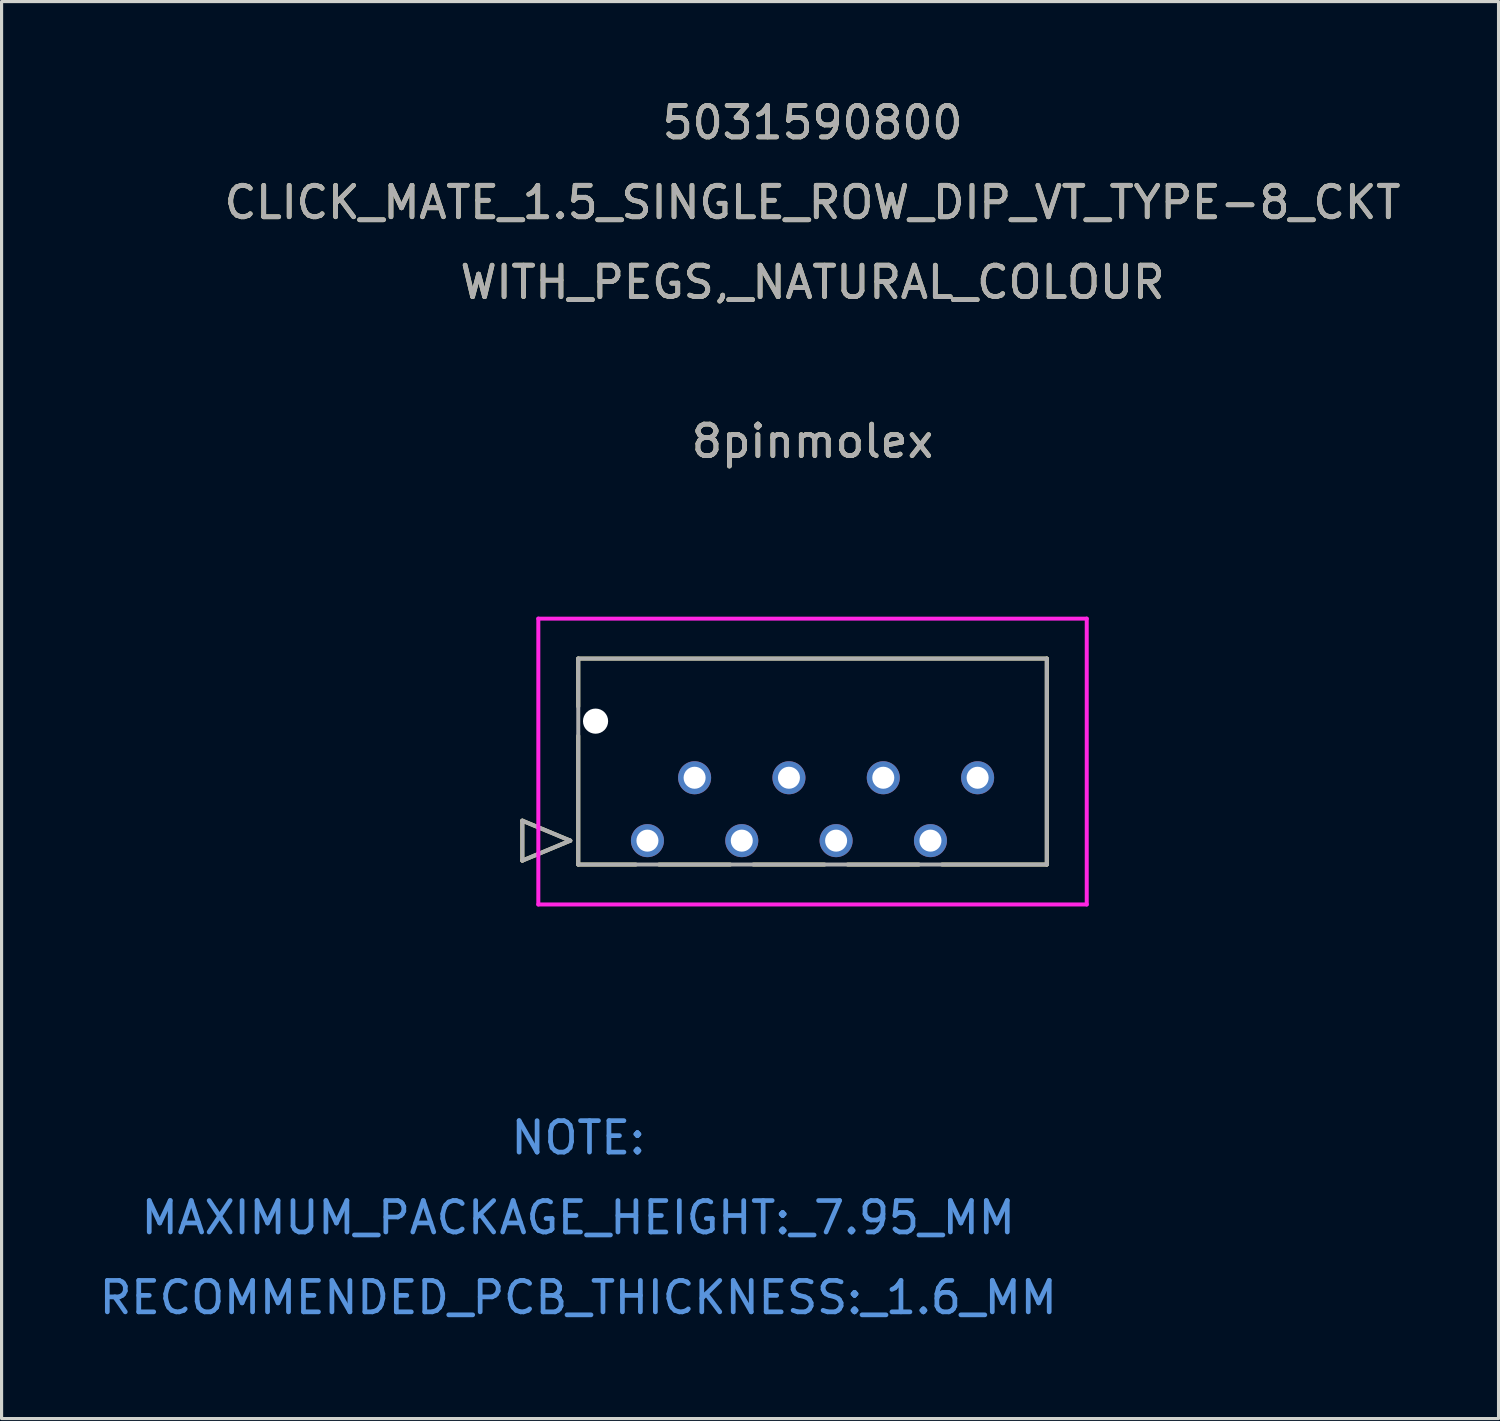
<source format=kicad_pcb>
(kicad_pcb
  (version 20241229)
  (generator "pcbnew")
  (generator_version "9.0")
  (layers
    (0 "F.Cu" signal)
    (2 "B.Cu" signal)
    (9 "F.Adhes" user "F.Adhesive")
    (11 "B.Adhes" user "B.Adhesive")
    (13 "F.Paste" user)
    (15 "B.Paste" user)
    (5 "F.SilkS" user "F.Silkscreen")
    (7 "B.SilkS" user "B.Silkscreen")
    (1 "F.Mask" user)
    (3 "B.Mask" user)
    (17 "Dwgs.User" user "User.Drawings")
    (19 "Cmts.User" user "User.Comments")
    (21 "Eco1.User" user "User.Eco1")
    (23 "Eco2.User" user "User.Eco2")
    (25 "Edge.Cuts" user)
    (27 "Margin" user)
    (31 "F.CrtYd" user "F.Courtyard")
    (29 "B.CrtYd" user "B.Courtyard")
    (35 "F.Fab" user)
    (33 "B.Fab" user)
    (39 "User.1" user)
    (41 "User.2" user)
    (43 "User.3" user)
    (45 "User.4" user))
  (footprint "8pinmolex"
    (layer "F.Cu")
    (at 17.539 23.683)
    (property "Reference" "8pinmolex" (at 5.25 -12.7 0) (unlocked yes) (layer "F.SilkS") (effects (font (size 1 1) (thickness 0.15))))
    (attr through_hole)
    (fp_line (start -3.978 -0.635) (end -2.454 0) (stroke (width 0.127) (type solid)) (layer "F.SilkS"))
    (fp_line (start -3.978 0.635) (end -3.978 -0.635) (stroke (width 0.127) (type solid)) (layer "F.SilkS"))
    (fp_line (start -2.454 0) (end -3.978 0.635) (stroke (width 0.127) (type solid)) (layer "F.SilkS"))
    (fp_line (start -2.2 -5.79) (end -2.2 -4.265) (stroke (width 0.127) (type solid)) (layer "F.SilkS"))
    (fp_line (start -2.2 -3.335) (end -2.2 0.76) (stroke (width 0.127) (type solid)) (layer "F.SilkS"))
    (fp_line (start -2.2 0.76) (end -0.369 0.76) (stroke (width 0.127) (type solid)) (layer "F.SilkS"))
    (fp_line (start 0.369 0.76) (end 2.631 0.76) (stroke (width 0.127) (type solid)) (layer "F.SilkS"))
    (fp_line (start 3.369 0.76) (end 5.631 0.76) (stroke (width 0.127) (type solid)) (layer "F.SilkS"))
    (fp_line (start 6.369 0.76) (end 8.631 0.76) (stroke (width 0.127) (type solid)) (layer "F.SilkS"))
    (fp_line (start 9.369 0.76) (end 12.7 0.76) (stroke (width 0.127) (type solid)) (layer "F.SilkS"))
    (fp_line (start 12.7 -5.79) (end -2.2 -5.79) (stroke (width 0.127) (type solid)) (layer "F.SilkS"))
    (fp_line (start 12.7 0.76) (end 12.7 -5.79) (stroke (width 0.127) (type solid)) (layer "F.SilkS"))
    (fp_line (start -3.47 -7.06) (end -3.47 2.03) (stroke (width 0.127) (type solid)) (layer "F.CrtYd"))
    (fp_line (start -3.47 2.03) (end 13.97 2.03) (stroke (width 0.127) (type solid)) (layer "F.CrtYd"))
    (fp_line (start 13.97 -7.06) (end -3.47 -7.06) (stroke (width 0.127) (type solid)) (layer "F.CrtYd"))
    (fp_line (start 13.97 2.03) (end 13.97 -7.06) (stroke (width 0.127) (type solid)) (layer "F.CrtYd"))
    (fp_line (start -3.978 -0.635) (end -2.454 0) (stroke (width 0.127) (type solid)) (layer "F.Fab"))
    (fp_line (start -3.978 0.635) (end -3.978 -0.635) (stroke (width 0.127) (type solid)) (layer "F.Fab"))
    (fp_line (start -2.454 0) (end -3.978 0.635) (stroke (width 0.127) (type solid)) (layer "F.Fab"))
    (fp_line (start -2.2 -5.79) (end -2.2 0.76) (stroke (width 0.127) (type solid)) (layer "F.Fab"))
    (fp_line (start -2.2 0.76) (end 12.7 0.76) (stroke (width 0.127) (type solid)) (layer "F.Fab"))
    (fp_line (start 12.7 -5.79) (end -2.2 -5.79) (stroke (width 0.127) (type solid)) (layer "F.Fab"))
    (fp_line (start 12.7 0.76) (end 12.7 -5.79) (stroke (width 0.127) (type solid)) (layer "F.Fab"))
    (fp_text user "5031590800" (at 5.25 -22.835 0) (unlocked yes) (layer "F.SilkS") (effects (font (size 1 1) (thickness 0.15))))
    (fp_text user "CLICK_MATE_1.5_SINGLE_ROW_DIP_VT_TYPE-8_CKT" (at 5.25 -20.295 0) (unlocked yes) (layer "F.SilkS") (effects (font (size 1 1) (thickness 0.15))))
    (fp_text user "WITH_PEGS,_NATURAL_COLOUR" (at 5.25 -17.755 0) (unlocked yes) (layer "F.SilkS") (effects (font (size 1 1) (thickness 0.15))))
    (fp_text user "NOTE:" (at -2.2 9.45 0) (unlocked yes) (layer "Cmts.User") (effects (font (size 1 1) (thickness 0.15))))
    (fp_text user "MAXIMUM_PACKAGE_HEIGHT:_7.95_MM" (at -2.2 11.99 0) (unlocked yes) (layer "Cmts.User") (effects (font (size 1 1) (thickness 0.15))))
    (fp_text user "RECOMMENDED_PCB_THICKNESS:_1.6_MM" (at -2.2 14.53 0) (unlocked yes) (layer "Cmts.User") (effects (font (size 1 1) (thickness 0.15))))
    (fp_text user "WITH_PEGS,_NATURAL_COLOUR" (at 5.25 -17.755 0) (unlocked yes) (layer "F.Fab") (effects (font (size 1 1) (thickness 0.15))))
    (fp_text user "5031590800" (at 5.25 -22.835 0) (unlocked yes) (layer "F.Fab") (effects (font (size 1 1) (thickness 0.15))))
    (fp_text user "CLICK_MATE_1.5_SINGLE_ROW_DIP_VT_TYPE-8_CKT" (at 5.25 -20.295 0) (unlocked yes) (layer "F.Fab") (effects (font (size 1 1) (thickness 0.15))))
    (fp_text user "${REFERENCE}" (at 5.25 -12.7 0) (unlocked yes) (layer "F.Fab") (effects (font (size 1 1) (thickness 0.15))))
    (pad "" np_thru_hole circle (at -1.65 -3.8) (size 0.8 0.8) (drill 0.8) (layers "*.Cu" "*.Mask"))
    (pad "1" thru_hole circle (at 0 0 90) (size 1.05 1.05) (drill 0.7) (layers "*.Cu" "*.Mask"))
    (pad "2" thru_hole circle (at 1.5 -2 90) (size 1.05 1.05) (drill 0.7) (layers "*.Cu" "*.Mask"))
    (pad "3" thru_hole circle (at 3 0 90) (size 1.05 1.05) (drill 0.7) (layers "*.Cu" "*.Mask"))
    (pad "4" thru_hole circle (at 4.5 -2 90) (size 1.05 1.05) (drill 0.7) (layers "*.Cu" "*.Mask"))
    (pad "5" thru_hole circle (at 6 0 90) (size 1.05 1.05) (drill 0.7) (layers "*.Cu" "*.Mask"))
    (pad "6" thru_hole circle (at 7.5 -2 90) (size 1.05 1.05) (drill 0.7) (layers "*.Cu" "*.Mask"))
    (pad "7" thru_hole circle (at 9 0 90) (size 1.05 1.05) (drill 0.7) (layers "*.Cu" "*.Mask"))
    (pad "8" thru_hole circle (at 10.5 -2 90) (size 1.05 1.05) (drill 0.7) (layers "*.Cu" "*.Mask")))
  (gr_rect
    (start -3 -3)
    (end 44.605 42.062)
    (stroke (width 0.1) (type default))
    (fill no)
    (layer "Edge.Cuts")))
</source>
